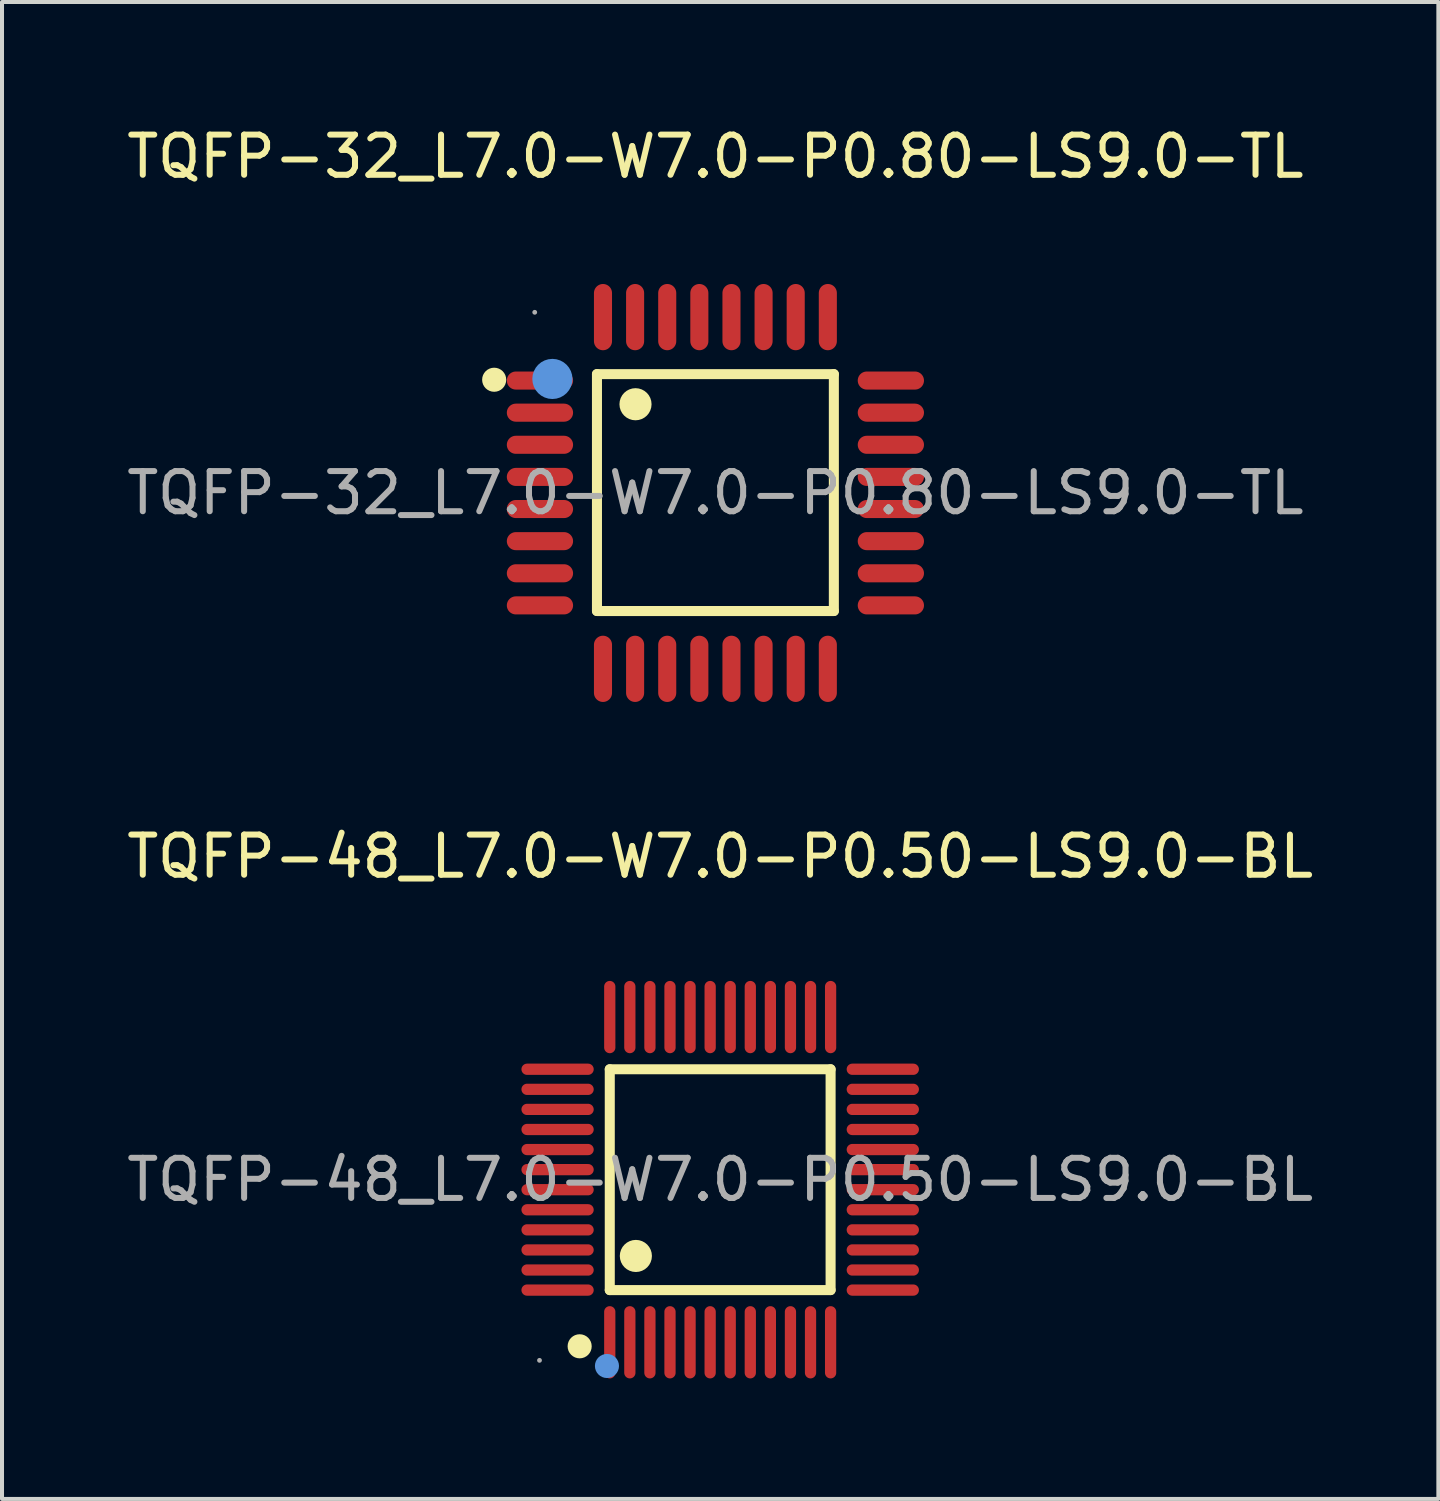
<source format=kicad_pcb>
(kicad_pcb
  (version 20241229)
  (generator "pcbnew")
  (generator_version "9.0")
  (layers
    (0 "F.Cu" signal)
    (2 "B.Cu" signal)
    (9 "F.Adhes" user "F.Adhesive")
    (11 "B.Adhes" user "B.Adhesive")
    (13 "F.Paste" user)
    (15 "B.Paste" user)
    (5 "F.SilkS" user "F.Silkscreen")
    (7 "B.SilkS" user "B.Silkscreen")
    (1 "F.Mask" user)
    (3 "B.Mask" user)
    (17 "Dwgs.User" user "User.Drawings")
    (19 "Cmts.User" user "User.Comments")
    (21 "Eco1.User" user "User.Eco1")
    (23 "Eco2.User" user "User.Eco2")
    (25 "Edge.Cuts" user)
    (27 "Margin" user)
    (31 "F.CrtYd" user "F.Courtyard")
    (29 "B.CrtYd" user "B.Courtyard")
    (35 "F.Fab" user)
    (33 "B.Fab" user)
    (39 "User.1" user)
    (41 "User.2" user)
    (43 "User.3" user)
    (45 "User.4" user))
  (footprint "TQFP-48_L7.0-W7.0-P0.50-LS9.0-BL"
    (layer "F.Cu")
    (at 14.887 26.331)
    (property "Reference" "TQFP-48_L7.0-W7.0-P0.50-LS9.0-BL" (at 0 -8.05 0) (layer "F.SilkS") (effects (font (size 1 1) (thickness 0.15))))
    (attr through_hole)
    (fp_line (start -2.75 -2.75) (end 2.75 -2.75) (stroke (width 0.25) (type solid)) (layer "F.SilkS"))
    (fp_line (start -2.75 2.75) (end -2.75 -2.75) (stroke (width 0.25) (type solid)) (layer "F.SilkS"))
    (fp_line (start 2.75 -2.75) (end 2.75 2.75) (stroke (width 0.25) (type solid)) (layer "F.SilkS"))
    (fp_line (start 2.75 2.75) (end -2.75 2.75) (stroke (width 0.25) (type solid)) (layer "F.SilkS"))
    (fp_arc (start -3.5 4.15) (mid -3.5 4.15) (end -3.5 4.15) (stroke (width 0.3) (type solid)) (layer "F.SilkS"))
    (fp_arc (start -2.1 1.9) (mid -2.1 1.9) (end -2.1 1.9) (stroke (width 0.4) (type solid)) (layer "F.SilkS"))
    (fp_circle (center -2.82 4.64) (end -2.67 4.64) (stroke (width 0.3) (type solid)) (fill no) (layer "Cmts.User"))
    (fp_circle (center -4.5 4.5) (end -4.47 4.5) (stroke (width 0.06) (type solid)) (fill no) (layer "F.Fab"))
    (fp_text user "${REFERENCE}" (at 0 0 0) (layer "F.Fab") (effects (font (size 1 1) (thickness 0.15))))
    (pad "1" smd oval (at -2.75 4.05) (size 0.28 1.8) (layers "F.Cu" "F.Mask" "F.Paste"))
    (pad "2" smd oval (at -2.25 4.05) (size 0.28 1.8) (layers "F.Cu" "F.Mask" "F.Paste"))
    (pad "3" smd oval (at -1.75 4.05) (size 0.28 1.8) (layers "F.Cu" "F.Mask" "F.Paste"))
    (pad "4" smd oval (at -1.25 4.05) (size 0.28 1.8) (layers "F.Cu" "F.Mask" "F.Paste"))
    (pad "5" smd oval (at -0.75 4.05) (size 0.28 1.8) (layers "F.Cu" "F.Mask" "F.Paste"))
    (pad "6" smd oval (at -0.25 4.05) (size 0.28 1.8) (layers "F.Cu" "F.Mask" "F.Paste"))
    (pad "7" smd oval (at 0.25 4.05) (size 0.28 1.8) (layers "F.Cu" "F.Mask" "F.Paste"))
    (pad "8" smd oval (at 0.75 4.05) (size 0.28 1.8) (layers "F.Cu" "F.Mask" "F.Paste"))
    (pad "9" smd oval (at 1.25 4.05) (size 0.28 1.8) (layers "F.Cu" "F.Mask" "F.Paste"))
    (pad "10" smd oval (at 1.75 4.05) (size 0.28 1.8) (layers "F.Cu" "F.Mask" "F.Paste"))
    (pad "11" smd oval (at 2.25 4.05) (size 0.28 1.8) (layers "F.Cu" "F.Mask" "F.Paste"))
    (pad "12" smd oval (at 2.75 4.05) (size 0.28 1.8) (layers "F.Cu" "F.Mask" "F.Paste"))
    (pad "13" smd oval (at 4.05 2.75) (size 1.8 0.28) (layers "F.Cu" "F.Mask" "F.Paste"))
    (pad "14" smd oval (at 4.05 2.25) (size 1.8 0.28) (layers "F.Cu" "F.Mask" "F.Paste"))
    (pad "15" smd oval (at 4.05 1.75) (size 1.8 0.28) (layers "F.Cu" "F.Mask" "F.Paste"))
    (pad "16" smd oval (at 4.05 1.25) (size 1.8 0.28) (layers "F.Cu" "F.Mask" "F.Paste"))
    (pad "17" smd oval (at 4.05 0.75) (size 1.8 0.28) (layers "F.Cu" "F.Mask" "F.Paste"))
    (pad "18" smd oval (at 4.05 0.25) (size 1.8 0.28) (layers "F.Cu" "F.Mask" "F.Paste"))
    (pad "19" smd oval (at 4.05 -0.25) (size 1.8 0.28) (layers "F.Cu" "F.Mask" "F.Paste"))
    (pad "20" smd oval (at 4.05 -0.75) (size 1.8 0.28) (layers "F.Cu" "F.Mask" "F.Paste"))
    (pad "21" smd oval (at 4.05 -1.25) (size 1.8 0.28) (layers "F.Cu" "F.Mask" "F.Paste"))
    (pad "22" smd oval (at 4.05 -1.75) (size 1.8 0.28) (layers "F.Cu" "F.Mask" "F.Paste"))
    (pad "23" smd oval (at 4.05 -2.25) (size 1.8 0.28) (layers "F.Cu" "F.Mask" "F.Paste"))
    (pad "24" smd oval (at 4.05 -2.75) (size 1.8 0.28) (layers "F.Cu" "F.Mask" "F.Paste"))
    (pad "25" smd oval (at 2.75 -4.05) (size 0.28 1.8) (layers "F.Cu" "F.Mask" "F.Paste"))
    (pad "26" smd oval (at 2.25 -4.05) (size 0.28 1.8) (layers "F.Cu" "F.Mask" "F.Paste"))
    (pad "27" smd oval (at 1.75 -4.05) (size 0.28 1.8) (layers "F.Cu" "F.Mask" "F.Paste"))
    (pad "28" smd oval (at 1.25 -4.05) (size 0.28 1.8) (layers "F.Cu" "F.Mask" "F.Paste"))
    (pad "29" smd oval (at 0.75 -4.05) (size 0.28 1.8) (layers "F.Cu" "F.Mask" "F.Paste"))
    (pad "30" smd oval (at 0.25 -4.05) (size 0.28 1.8) (layers "F.Cu" "F.Mask" "F.Paste"))
    (pad "31" smd oval (at -0.25 -4.05) (size 0.28 1.8) (layers "F.Cu" "F.Mask" "F.Paste"))
    (pad "32" smd oval (at -0.75 -4.05) (size 0.28 1.8) (layers "F.Cu" "F.Mask" "F.Paste"))
    (pad "33" smd oval (at -1.25 -4.05) (size 0.28 1.8) (layers "F.Cu" "F.Mask" "F.Paste"))
    (pad "34" smd oval (at -1.75 -4.05) (size 0.28 1.8) (layers "F.Cu" "F.Mask" "F.Paste"))
    (pad "35" smd oval (at -2.25 -4.05) (size 0.28 1.8) (layers "F.Cu" "F.Mask" "F.Paste"))
    (pad "36" smd oval (at -2.75 -4.05) (size 0.28 1.8) (layers "F.Cu" "F.Mask" "F.Paste"))
    (pad "37" smd oval (at -4.05 -2.75) (size 1.8 0.28) (layers "F.Cu" "F.Mask" "F.Paste"))
    (pad "38" smd oval (at -4.05 -2.25) (size 1.8 0.28) (layers "F.Cu" "F.Mask" "F.Paste"))
    (pad "39" smd oval (at -4.05 -1.75) (size 1.8 0.28) (layers "F.Cu" "F.Mask" "F.Paste"))
    (pad "40" smd oval (at -4.05 -1.25) (size 1.8 0.28) (layers "F.Cu" "F.Mask" "F.Paste"))
    (pad "41" smd oval (at -4.05 -0.75) (size 1.8 0.28) (layers "F.Cu" "F.Mask" "F.Paste"))
    (pad "42" smd oval (at -4.05 -0.25) (size 1.8 0.28) (layers "F.Cu" "F.Mask" "F.Paste"))
    (pad "43" smd oval (at -4.05 0.25) (size 1.8 0.28) (layers "F.Cu" "F.Mask" "F.Paste"))
    (pad "44" smd oval (at -4.05 0.75) (size 1.8 0.28) (layers "F.Cu" "F.Mask" "F.Paste"))
    (pad "45" smd oval (at -4.05 1.25) (size 1.8 0.28) (layers "F.Cu" "F.Mask" "F.Paste"))
    (pad "46" smd oval (at -4.05 1.75) (size 1.8 0.28) (layers "F.Cu" "F.Mask" "F.Paste"))
    (pad "47" smd oval (at -4.05 2.25) (size 1.8 0.28) (layers "F.Cu" "F.Mask" "F.Paste"))
    (pad "48" smd oval (at -4.05 2.75) (size 1.8 0.28) (layers "F.Cu" "F.Mask" "F.Paste")))
  (footprint "TQFP-32_L7.0-W7.0-P0.80-LS9.0-TL"
    (layer "F.Cu")
    (at 14.768 9.228)
    (property "Reference" "TQFP-32_L7.0-W7.0-P0.80-LS9.0-TL" (at 0 -8.38 0) (layer "F.SilkS") (effects (font (size 1 1) (thickness 0.15))))
    (attr through_hole)
    (fp_line (start -2.95 -2.96) (end -2.95 2.94) (stroke (width 0.25) (type solid)) (layer "F.SilkS"))
    (fp_line (start -2.95 2.94) (end 2.95 2.94) (stroke (width 0.25) (type solid)) (layer "F.SilkS"))
    (fp_line (start 2.95 -2.96) (end -2.95 -2.96) (stroke (width 0.25) (type solid)) (layer "F.SilkS"))
    (fp_line (start 2.95 2.94) (end 2.95 -2.96) (stroke (width 0.25) (type solid)) (layer "F.SilkS"))
    (fp_arc (start -5.51 -2.82) (mid -5.51 -2.82) (end -5.51 -2.82) (stroke (width 0.3) (type solid)) (layer "F.SilkS"))
    (fp_arc (start -1.99 -2.21) (mid -1.99 -2.21) (end -1.99 -2.21) (stroke (width 0.4) (type solid)) (layer "F.SilkS"))
    (fp_circle (center -4.06 -2.84) (end -3.81 -2.84) (stroke (width 0.5) (type solid)) (fill no) (layer "Cmts.User"))
    (fp_circle (center -4.5 -4.5) (end -4.47 -4.5) (stroke (width 0.06) (type solid)) (fill no) (layer "F.Fab"))
    (fp_text user "${REFERENCE}" (at 0 0 0) (layer "F.Fab") (effects (font (size 1 1) (thickness 0.15))))
    (pad "1" smd oval (at -4.37 -2.8 90) (size 0.45 1.65) (layers "F.Cu" "F.Mask" "F.Paste"))
    (pad "2" smd oval (at -4.37 -2 90) (size 0.45 1.65) (layers "F.Cu" "F.Mask" "F.Paste"))
    (pad "3" smd oval (at -4.37 -1.2 90) (size 0.45 1.65) (layers "F.Cu" "F.Mask" "F.Paste"))
    (pad "4" smd oval (at -4.37 -0.4 90) (size 0.45 1.65) (layers "F.Cu" "F.Mask" "F.Paste"))
    (pad "5" smd oval (at -4.37 0.4 90) (size 0.45 1.65) (layers "F.Cu" "F.Mask" "F.Paste"))
    (pad "6" smd oval (at -4.37 1.2 90) (size 0.45 1.65) (layers "F.Cu" "F.Mask" "F.Paste"))
    (pad "7" smd oval (at -4.37 2 90) (size 0.45 1.65) (layers "F.Cu" "F.Mask" "F.Paste"))
    (pad "8" smd oval (at -4.37 2.8 90) (size 0.45 1.65) (layers "F.Cu" "F.Mask" "F.Paste"))
    (pad "9" smd oval (at -2.8 4.38) (size 0.45 1.65) (layers "F.Cu" "F.Mask" "F.Paste"))
    (pad "10" smd oval (at -2 4.38) (size 0.45 1.65) (layers "F.Cu" "F.Mask" "F.Paste"))
    (pad "11" smd oval (at -1.2 4.38) (size 0.45 1.65) (layers "F.Cu" "F.Mask" "F.Paste"))
    (pad "12" smd oval (at -0.4 4.38) (size 0.45 1.65) (layers "F.Cu" "F.Mask" "F.Paste"))
    (pad "13" smd oval (at 0.4 4.38) (size 0.45 1.65) (layers "F.Cu" "F.Mask" "F.Paste"))
    (pad "14" smd oval (at 1.2 4.38) (size 0.45 1.65) (layers "F.Cu" "F.Mask" "F.Paste"))
    (pad "15" smd oval (at 2 4.38) (size 0.45 1.65) (layers "F.Cu" "F.Mask" "F.Paste"))
    (pad "16" smd oval (at 2.8 4.38) (size 0.45 1.65) (layers "F.Cu" "F.Mask" "F.Paste"))
    (pad "17" smd oval (at 4.37 2.8 90) (size 0.45 1.65) (layers "F.Cu" "F.Mask" "F.Paste"))
    (pad "18" smd oval (at 4.37 2 90) (size 0.45 1.65) (layers "F.Cu" "F.Mask" "F.Paste"))
    (pad "19" smd oval (at 4.37 1.2 90) (size 0.45 1.65) (layers "F.Cu" "F.Mask" "F.Paste"))
    (pad "20" smd oval (at 4.37 0.4 90) (size 0.45 1.65) (layers "F.Cu" "F.Mask" "F.Paste"))
    (pad "21" smd oval (at 4.37 -0.4 90) (size 0.45 1.65) (layers "F.Cu" "F.Mask" "F.Paste"))
    (pad "22" smd oval (at 4.37 -1.2 90) (size 0.45 1.65) (layers "F.Cu" "F.Mask" "F.Paste"))
    (pad "23" smd oval (at 4.37 -2 90) (size 0.45 1.65) (layers "F.Cu" "F.Mask" "F.Paste"))
    (pad "24" smd oval (at 4.37 -2.8 90) (size 0.45 1.65) (layers "F.Cu" "F.Mask" "F.Paste"))
    (pad "25" smd oval (at 2.8 -4.38) (size 0.45 1.65) (layers "F.Cu" "F.Mask" "F.Paste"))
    (pad "26" smd oval (at 2 -4.38) (size 0.45 1.65) (layers "F.Cu" "F.Mask" "F.Paste"))
    (pad "27" smd oval (at 1.2 -4.38) (size 0.45 1.65) (layers "F.Cu" "F.Mask" "F.Paste"))
    (pad "28" smd oval (at 0.4 -4.38) (size 0.45 1.65) (layers "F.Cu" "F.Mask" "F.Paste"))
    (pad "29" smd oval (at -0.4 -4.38) (size 0.45 1.65) (layers "F.Cu" "F.Mask" "F.Paste"))
    (pad "30" smd oval (at -1.2 -4.38) (size 0.45 1.65) (layers "F.Cu" "F.Mask" "F.Paste"))
    (pad "31" smd oval (at -2 -4.38) (size 0.45 1.65) (layers "F.Cu" "F.Mask" "F.Paste"))
    (pad "32" smd oval (at -2.8 -4.38) (size 0.45 1.65) (layers "F.Cu" "F.Mask" "F.Paste")))
  (gr_rect
    (start -3 -3)
    (end 32.774 34.282)
    (stroke (width 0.1) (type default))
    (fill no)
    (layer "Edge.Cuts")))
</source>
